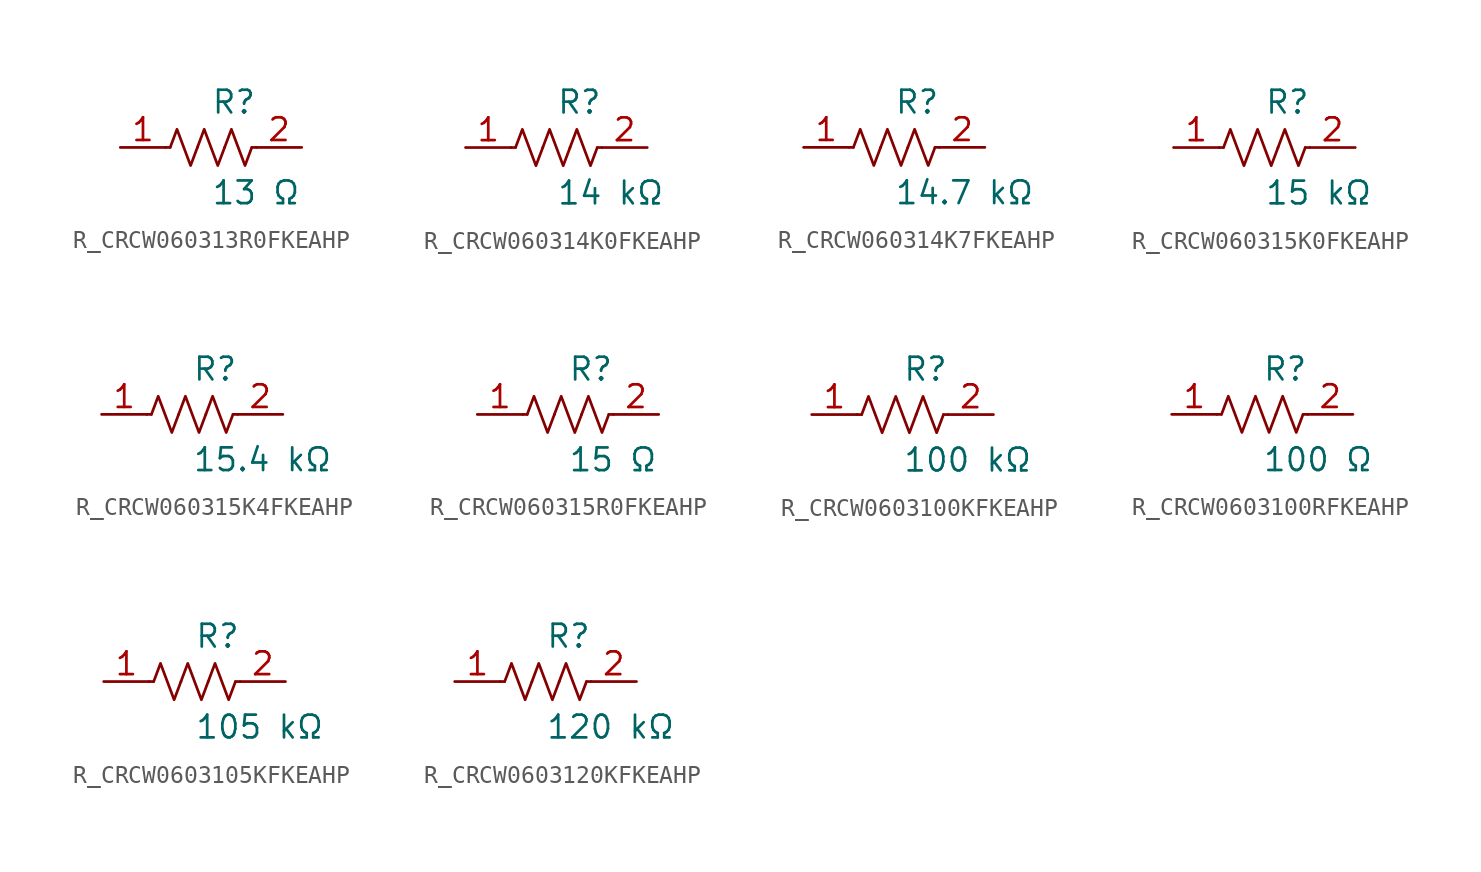
<source format=kicad_sym>
(kicad_symbol_lib
  (version 20231120)
  (generator kicad_symbol_editor)
  (generator_version 8.0)
  (symbol "R_CRCW060313R0FKEAHP"
    (pin_names
      (offset 0.254))
    (property "Reference" "R"
      (at 0.0 2.54 0)
      (effects (font (size 1.27 1.27)) (justify left)))
    (property "Value" "13 Ω"
      (at 0.0 -2.54 0)
      (effects (font (size 1.27 1.27)) (justify left)))
    (symbol "R_CRCW060313R0FKEAHP_0_1"
      (polyline (pts (xy 2.286 0) (xy 2.54 0)) (stroke (width 0) (type default)) (fill (type none)))
      (polyline (pts (xy -2.286 0) (xy -2.54 0)) (stroke (width 0) (type default)) (fill (type none)))
      (polyline (pts (xy 0.762 0) (xy 1.143 1.016) (xy 1.524 0) (xy 1.905 -1.016) (xy 2.286 0)) (stroke (width 0) (type default)) (fill (type none)))
      (polyline (pts (xy -0.762 0) (xy -0.381 1.016) (xy 0 0) (xy 0.381 -1.016) (xy 0.762 0)) (stroke (width 0) (type default)) (fill (type none)))
      (polyline (pts (xy -2.286 0) (xy -1.905 1.016) (xy -1.524 0) (xy -1.143 -1.016) (xy -0.762 0)) (stroke (width 0) (type default)) (fill (type none))))
    (pin unspecified line
      (at -5.08 0 0)
      (length 2.54)
      (name "" (effects (font (size 1.27 1.27))))
      (number "1" (effects (font (size 1.27 1.27)))))
    (pin unspecified line
      (at 5.08 0 180)
      (length 2.54)
      (name "" (effects (font (size 1.27 1.27))))
      (number "2" (effects (font (size 1.27 1.27))))))
  (symbol "R_CRCW060314K0FKEAHP"
    (pin_names
      (offset 0.254))
    (property "Reference" "R"
      (at 0.0 2.54 0)
      (effects (font (size 1.27 1.27)) (justify left)))
    (property "Value" "14 kΩ"
      (at 0.0 -2.54 0)
      (effects (font (size 1.27 1.27)) (justify left)))
    (symbol "R_CRCW060314K0FKEAHP_0_1"
      (polyline (pts (xy 2.286 0) (xy 2.54 0)) (stroke (width 0) (type default)) (fill (type none)))
      (polyline (pts (xy -2.286 0) (xy -2.54 0)) (stroke (width 0) (type default)) (fill (type none)))
      (polyline (pts (xy 0.762 0) (xy 1.143 1.016) (xy 1.524 0) (xy 1.905 -1.016) (xy 2.286 0)) (stroke (width 0) (type default)) (fill (type none)))
      (polyline (pts (xy -0.762 0) (xy -0.381 1.016) (xy 0 0) (xy 0.381 -1.016) (xy 0.762 0)) (stroke (width 0) (type default)) (fill (type none)))
      (polyline (pts (xy -2.286 0) (xy -1.905 1.016) (xy -1.524 0) (xy -1.143 -1.016) (xy -0.762 0)) (stroke (width 0) (type default)) (fill (type none))))
    (pin unspecified line
      (at -5.08 0 0)
      (length 2.54)
      (name "" (effects (font (size 1.27 1.27))))
      (number "1" (effects (font (size 1.27 1.27)))))
    (pin unspecified line
      (at 5.08 0 180)
      (length 2.54)
      (name "" (effects (font (size 1.27 1.27))))
      (number "2" (effects (font (size 1.27 1.27))))))
  (symbol "R_CRCW060314K7FKEAHP"
    (pin_names
      (offset 0.254))
    (property "Reference" "R"
      (at 0.0 2.54 0)
      (effects (font (size 1.27 1.27)) (justify left)))
    (property "Value" "14.7 kΩ"
      (at 0.0 -2.54 0)
      (effects (font (size 1.27 1.27)) (justify left)))
    (symbol "R_CRCW060314K7FKEAHP_0_1"
      (polyline (pts (xy 2.286 0) (xy 2.54 0)) (stroke (width 0) (type default)) (fill (type none)))
      (polyline (pts (xy -2.286 0) (xy -2.54 0)) (stroke (width 0) (type default)) (fill (type none)))
      (polyline (pts (xy 0.762 0) (xy 1.143 1.016) (xy 1.524 0) (xy 1.905 -1.016) (xy 2.286 0)) (stroke (width 0) (type default)) (fill (type none)))
      (polyline (pts (xy -0.762 0) (xy -0.381 1.016) (xy 0 0) (xy 0.381 -1.016) (xy 0.762 0)) (stroke (width 0) (type default)) (fill (type none)))
      (polyline (pts (xy -2.286 0) (xy -1.905 1.016) (xy -1.524 0) (xy -1.143 -1.016) (xy -0.762 0)) (stroke (width 0) (type default)) (fill (type none))))
    (pin unspecified line
      (at -5.08 0 0)
      (length 2.54)
      (name "" (effects (font (size 1.27 1.27))))
      (number "1" (effects (font (size 1.27 1.27)))))
    (pin unspecified line
      (at 5.08 0 180)
      (length 2.54)
      (name "" (effects (font (size 1.27 1.27))))
      (number "2" (effects (font (size 1.27 1.27))))))
  (symbol "R_CRCW060315K0FKEAHP"
    (pin_names
      (offset 0.254))
    (property "Reference" "R"
      (at 0.0 2.54 0)
      (effects (font (size 1.27 1.27)) (justify left)))
    (property "Value" "15 kΩ"
      (at 0.0 -2.54 0)
      (effects (font (size 1.27 1.27)) (justify left)))
    (symbol "R_CRCW060315K0FKEAHP_0_1"
      (polyline (pts (xy 2.286 0) (xy 2.54 0)) (stroke (width 0) (type default)) (fill (type none)))
      (polyline (pts (xy -2.286 0) (xy -2.54 0)) (stroke (width 0) (type default)) (fill (type none)))
      (polyline (pts (xy 0.762 0) (xy 1.143 1.016) (xy 1.524 0) (xy 1.905 -1.016) (xy 2.286 0)) (stroke (width 0) (type default)) (fill (type none)))
      (polyline (pts (xy -0.762 0) (xy -0.381 1.016) (xy 0 0) (xy 0.381 -1.016) (xy 0.762 0)) (stroke (width 0) (type default)) (fill (type none)))
      (polyline (pts (xy -2.286 0) (xy -1.905 1.016) (xy -1.524 0) (xy -1.143 -1.016) (xy -0.762 0)) (stroke (width 0) (type default)) (fill (type none))))
    (pin unspecified line
      (at -5.08 0 0)
      (length 2.54)
      (name "" (effects (font (size 1.27 1.27))))
      (number "1" (effects (font (size 1.27 1.27)))))
    (pin unspecified line
      (at 5.08 0 180)
      (length 2.54)
      (name "" (effects (font (size 1.27 1.27))))
      (number "2" (effects (font (size 1.27 1.27))))))
  (symbol "R_CRCW060315K4FKEAHP"
    (pin_names
      (offset 0.254))
    (property "Reference" "R"
      (at 0.0 2.54 0)
      (effects (font (size 1.27 1.27)) (justify left)))
    (property "Value" "15.4 kΩ"
      (at 0.0 -2.54 0)
      (effects (font (size 1.27 1.27)) (justify left)))
    (symbol "R_CRCW060315K4FKEAHP_0_1"
      (polyline (pts (xy 2.286 0) (xy 2.54 0)) (stroke (width 0) (type default)) (fill (type none)))
      (polyline (pts (xy -2.286 0) (xy -2.54 0)) (stroke (width 0) (type default)) (fill (type none)))
      (polyline (pts (xy 0.762 0) (xy 1.143 1.016) (xy 1.524 0) (xy 1.905 -1.016) (xy 2.286 0)) (stroke (width 0) (type default)) (fill (type none)))
      (polyline (pts (xy -0.762 0) (xy -0.381 1.016) (xy 0 0) (xy 0.381 -1.016) (xy 0.762 0)) (stroke (width 0) (type default)) (fill (type none)))
      (polyline (pts (xy -2.286 0) (xy -1.905 1.016) (xy -1.524 0) (xy -1.143 -1.016) (xy -0.762 0)) (stroke (width 0) (type default)) (fill (type none))))
    (pin unspecified line
      (at -5.08 0 0)
      (length 2.54)
      (name "" (effects (font (size 1.27 1.27))))
      (number "1" (effects (font (size 1.27 1.27)))))
    (pin unspecified line
      (at 5.08 0 180)
      (length 2.54)
      (name "" (effects (font (size 1.27 1.27))))
      (number "2" (effects (font (size 1.27 1.27))))))
  (symbol "R_CRCW060315R0FKEAHP"
    (pin_names
      (offset 0.254))
    (property "Reference" "R"
      (at 0.0 2.54 0)
      (effects (font (size 1.27 1.27)) (justify left)))
    (property "Value" "15 Ω"
      (at 0.0 -2.54 0)
      (effects (font (size 1.27 1.27)) (justify left)))
    (symbol "R_CRCW060315R0FKEAHP_0_1"
      (polyline (pts (xy 2.286 0) (xy 2.54 0)) (stroke (width 0) (type default)) (fill (type none)))
      (polyline (pts (xy -2.286 0) (xy -2.54 0)) (stroke (width 0) (type default)) (fill (type none)))
      (polyline (pts (xy 0.762 0) (xy 1.143 1.016) (xy 1.524 0) (xy 1.905 -1.016) (xy 2.286 0)) (stroke (width 0) (type default)) (fill (type none)))
      (polyline (pts (xy -0.762 0) (xy -0.381 1.016) (xy 0 0) (xy 0.381 -1.016) (xy 0.762 0)) (stroke (width 0) (type default)) (fill (type none)))
      (polyline (pts (xy -2.286 0) (xy -1.905 1.016) (xy -1.524 0) (xy -1.143 -1.016) (xy -0.762 0)) (stroke (width 0) (type default)) (fill (type none))))
    (pin unspecified line
      (at -5.08 0 0)
      (length 2.54)
      (name "" (effects (font (size 1.27 1.27))))
      (number "1" (effects (font (size 1.27 1.27)))))
    (pin unspecified line
      (at 5.08 0 180)
      (length 2.54)
      (name "" (effects (font (size 1.27 1.27))))
      (number "2" (effects (font (size 1.27 1.27))))))
  (symbol "R_CRCW0603100KFKEAHP"
    (pin_names
      (offset 0.254))
    (property "Reference" "R"
      (at 0.0 2.54 0)
      (effects (font (size 1.27 1.27)) (justify left)))
    (property "Value" "100 kΩ"
      (at 0.0 -2.54 0)
      (effects (font (size 1.27 1.27)) (justify left)))
    (symbol "R_CRCW0603100KFKEAHP_0_1"
      (polyline (pts (xy 2.286 0) (xy 2.54 0)) (stroke (width 0) (type default)) (fill (type none)))
      (polyline (pts (xy -2.286 0) (xy -2.54 0)) (stroke (width 0) (type default)) (fill (type none)))
      (polyline (pts (xy 0.762 0) (xy 1.143 1.016) (xy 1.524 0) (xy 1.905 -1.016) (xy 2.286 0)) (stroke (width 0) (type default)) (fill (type none)))
      (polyline (pts (xy -0.762 0) (xy -0.381 1.016) (xy 0 0) (xy 0.381 -1.016) (xy 0.762 0)) (stroke (width 0) (type default)) (fill (type none)))
      (polyline (pts (xy -2.286 0) (xy -1.905 1.016) (xy -1.524 0) (xy -1.143 -1.016) (xy -0.762 0)) (stroke (width 0) (type default)) (fill (type none))))
    (pin unspecified line
      (at -5.08 0 0)
      (length 2.54)
      (name "" (effects (font (size 1.27 1.27))))
      (number "1" (effects (font (size 1.27 1.27)))))
    (pin unspecified line
      (at 5.08 0 180)
      (length 2.54)
      (name "" (effects (font (size 1.27 1.27))))
      (number "2" (effects (font (size 1.27 1.27))))))
  (symbol "R_CRCW0603100RFKEAHP"
    (pin_names
      (offset 0.254))
    (property "Reference" "R"
      (at 0.0 2.54 0)
      (effects (font (size 1.27 1.27)) (justify left)))
    (property "Value" "100 Ω"
      (at 0.0 -2.54 0)
      (effects (font (size 1.27 1.27)) (justify left)))
    (symbol "R_CRCW0603100RFKEAHP_0_1"
      (polyline (pts (xy 2.286 0) (xy 2.54 0)) (stroke (width 0) (type default)) (fill (type none)))
      (polyline (pts (xy -2.286 0) (xy -2.54 0)) (stroke (width 0) (type default)) (fill (type none)))
      (polyline (pts (xy 0.762 0) (xy 1.143 1.016) (xy 1.524 0) (xy 1.905 -1.016) (xy 2.286 0)) (stroke (width 0) (type default)) (fill (type none)))
      (polyline (pts (xy -0.762 0) (xy -0.381 1.016) (xy 0 0) (xy 0.381 -1.016) (xy 0.762 0)) (stroke (width 0) (type default)) (fill (type none)))
      (polyline (pts (xy -2.286 0) (xy -1.905 1.016) (xy -1.524 0) (xy -1.143 -1.016) (xy -0.762 0)) (stroke (width 0) (type default)) (fill (type none))))
    (pin unspecified line
      (at -5.08 0 0)
      (length 2.54)
      (name "" (effects (font (size 1.27 1.27))))
      (number "1" (effects (font (size 1.27 1.27)))))
    (pin unspecified line
      (at 5.08 0 180)
      (length 2.54)
      (name "" (effects (font (size 1.27 1.27))))
      (number "2" (effects (font (size 1.27 1.27))))))
  (symbol "R_CRCW0603105KFKEAHP"
    (pin_names
      (offset 0.254))
    (property "Reference" "R"
      (at 0.0 2.54 0)
      (effects (font (size 1.27 1.27)) (justify left)))
    (property "Value" "105 kΩ"
      (at 0.0 -2.54 0)
      (effects (font (size 1.27 1.27)) (justify left)))
    (symbol "R_CRCW0603105KFKEAHP_0_1"
      (polyline (pts (xy 2.286 0) (xy 2.54 0)) (stroke (width 0) (type default)) (fill (type none)))
      (polyline (pts (xy -2.286 0) (xy -2.54 0)) (stroke (width 0) (type default)) (fill (type none)))
      (polyline (pts (xy 0.762 0) (xy 1.143 1.016) (xy 1.524 0) (xy 1.905 -1.016) (xy 2.286 0)) (stroke (width 0) (type default)) (fill (type none)))
      (polyline (pts (xy -0.762 0) (xy -0.381 1.016) (xy 0 0) (xy 0.381 -1.016) (xy 0.762 0)) (stroke (width 0) (type default)) (fill (type none)))
      (polyline (pts (xy -2.286 0) (xy -1.905 1.016) (xy -1.524 0) (xy -1.143 -1.016) (xy -0.762 0)) (stroke (width 0) (type default)) (fill (type none))))
    (pin unspecified line
      (at -5.08 0 0)
      (length 2.54)
      (name "" (effects (font (size 1.27 1.27))))
      (number "1" (effects (font (size 1.27 1.27)))))
    (pin unspecified line
      (at 5.08 0 180)
      (length 2.54)
      (name "" (effects (font (size 1.27 1.27))))
      (number "2" (effects (font (size 1.27 1.27))))))
  (symbol "R_CRCW0603120KFKEAHP"
    (pin_names
      (offset 0.254))
    (property "Reference" "R"
      (at 0.0 2.54 0)
      (effects (font (size 1.27 1.27)) (justify left)))
    (property "Value" "120 kΩ"
      (at 0.0 -2.54 0)
      (effects (font (size 1.27 1.27)) (justify left)))
    (symbol "R_CRCW0603120KFKEAHP_0_1"
      (polyline (pts (xy 2.286 0) (xy 2.54 0)) (stroke (width 0) (type default)) (fill (type none)))
      (polyline (pts (xy -2.286 0) (xy -2.54 0)) (stroke (width 0) (type default)) (fill (type none)))
      (polyline (pts (xy 0.762 0) (xy 1.143 1.016) (xy 1.524 0) (xy 1.905 -1.016) (xy 2.286 0)) (stroke (width 0) (type default)) (fill (type none)))
      (polyline (pts (xy -0.762 0) (xy -0.381 1.016) (xy 0 0) (xy 0.381 -1.016) (xy 0.762 0)) (stroke (width 0) (type default)) (fill (type none)))
      (polyline (pts (xy -2.286 0) (xy -1.905 1.016) (xy -1.524 0) (xy -1.143 -1.016) (xy -0.762 0)) (stroke (width 0) (type default)) (fill (type none))))
    (pin unspecified line
      (at -5.08 0 0)
      (length 2.54)
      (name "" (effects (font (size 1.27 1.27))))
      (number "1" (effects (font (size 1.27 1.27)))))
    (pin unspecified line
      (at 5.08 0 180)
      (length 2.54)
      (name "" (effects (font (size 1.27 1.27))))
      (number "2" (effects (font (size 1.27 1.27)))))))
</source>
